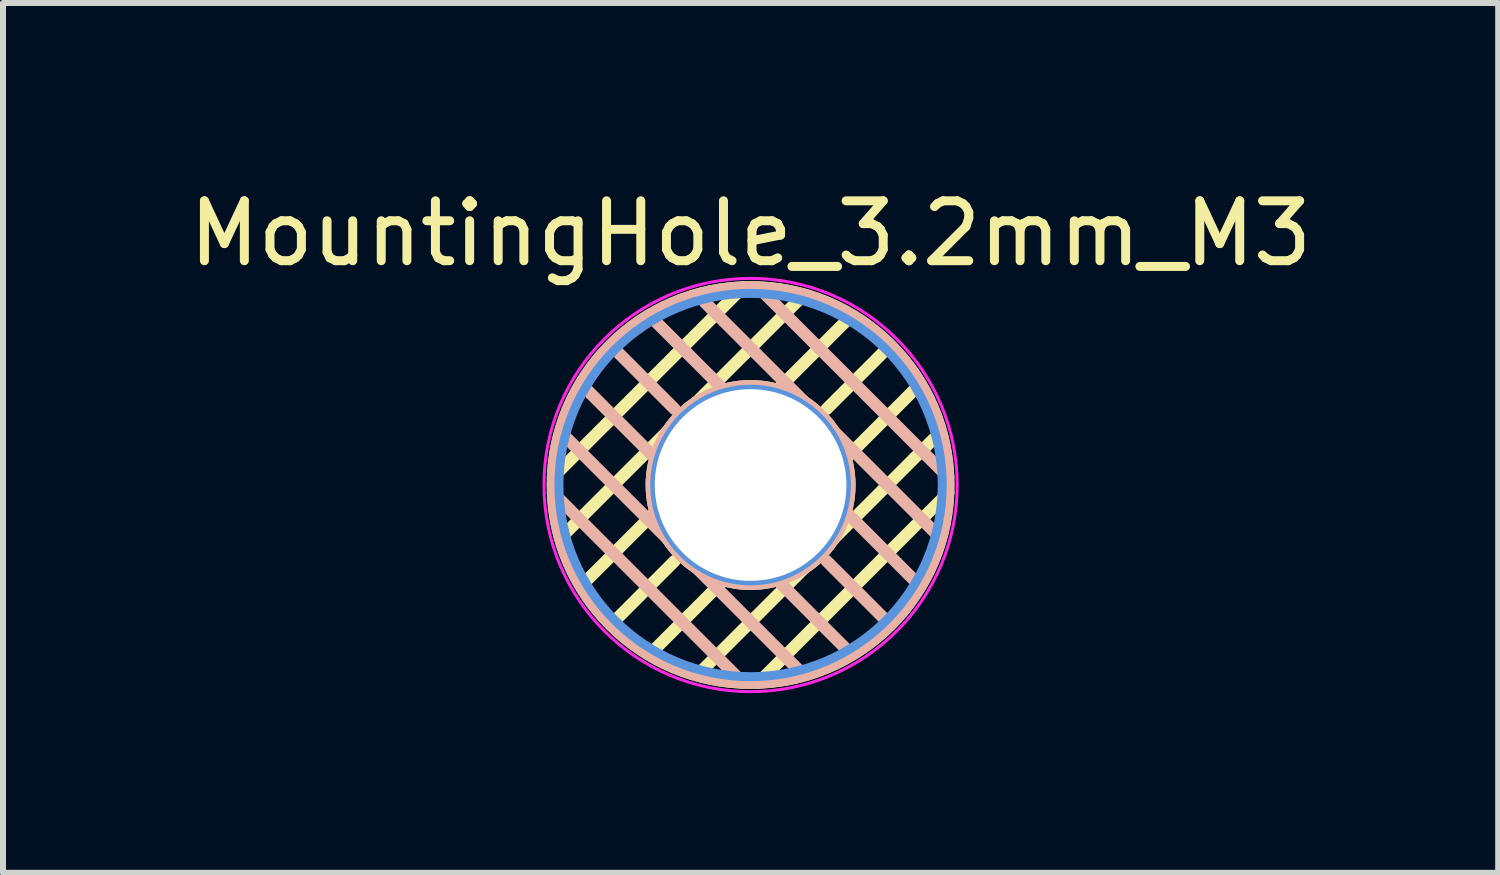
<source format=kicad_pcb>
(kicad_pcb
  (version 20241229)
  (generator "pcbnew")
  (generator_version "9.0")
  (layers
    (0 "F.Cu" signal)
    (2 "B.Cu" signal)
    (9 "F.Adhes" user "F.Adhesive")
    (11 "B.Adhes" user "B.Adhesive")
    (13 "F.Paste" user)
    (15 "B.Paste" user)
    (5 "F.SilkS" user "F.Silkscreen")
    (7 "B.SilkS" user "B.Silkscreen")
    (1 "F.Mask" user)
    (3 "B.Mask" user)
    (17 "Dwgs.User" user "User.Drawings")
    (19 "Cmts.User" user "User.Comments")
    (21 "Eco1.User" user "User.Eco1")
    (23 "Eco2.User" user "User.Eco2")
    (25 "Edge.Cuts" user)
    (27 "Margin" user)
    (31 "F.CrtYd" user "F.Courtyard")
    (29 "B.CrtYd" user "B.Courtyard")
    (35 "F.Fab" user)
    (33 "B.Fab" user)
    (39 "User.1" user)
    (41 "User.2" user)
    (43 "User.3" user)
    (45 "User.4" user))
  (footprint "MountingHole_3.2mm_M3"
    (layer "F.Cu")
    (at 9.482 5.048)
    (property "Reference" "MountingHole_3.2mm_M3" (at 0 -4.2 0) (layer "F.SilkS") (effects (font (size 1 1) (thickness 0.15))))
    (attr board_only exclude_from_pos_files exclude_from_bom)
    (fp_line (start -3.302 -0.127) (end -0.127 -3.302) (stroke (width 0.203) (type default)) (layer "F.SilkS"))
    (fp_line (start -3.175 0.889) (end 0.889 -3.175) (stroke (width 0.203) (type default)) (layer "F.SilkS"))
    (fp_line (start -2.794 1.651) (end -1.651 0.508) (stroke (width 0.203) (type default)) (layer "F.SilkS"))
    (fp_line (start -2.286 2.286) (end -1.27 1.27) (stroke (width 0.203) (type default)) (layer "F.SilkS"))
    (fp_line (start -1.651 2.794) (end -0.508 1.651) (stroke (width 0.203) (type default)) (layer "F.SilkS"))
    (fp_line (start -0.889 3.175) (end 3.048 -0.762) (stroke (width 0.203) (type default)) (layer "F.SilkS"))
    (fp_line (start 0.127 3.302) (end 3.302 0.127) (stroke (width 0.203) (type default)) (layer "F.SilkS"))
    (fp_line (start 1.651 -2.794) (end 0.508 -1.651) (stroke (width 0.203) (type default)) (layer "F.SilkS"))
    (fp_line (start 2.286 -2.286) (end 1.27 -1.27) (stroke (width 0.203) (type default)) (layer "F.SilkS"))
    (fp_line (start 2.794 -1.651) (end 1.651 -0.508) (stroke (width 0.203) (type default)) (layer "F.SilkS"))
    (fp_circle (center 0 0) (end 1.651 0) (stroke (width 0.203) (type default)) (fill no) (layer "F.SilkS"))
    (fp_circle (center 0 0) (end 3.302 0) (stroke (width 0.203) (type default)) (fill no) (layer "F.SilkS"))
    (fp_line (start -2.794 -1.651) (end -1.651 -0.508) (stroke (width 0.203) (type default)) (layer "B.SilkS"))
    (fp_line (start -2.286 -2.286) (end -1.27 -1.27) (stroke (width 0.203) (type default)) (layer "B.SilkS"))
    (fp_line (start -1.651 -2.794) (end -0.508 -1.651) (stroke (width 0.203) (type default)) (layer "B.SilkS"))
    (fp_line (start -0.127 3.302) (end -3.302 0.127) (stroke (width 0.203) (type default)) (layer "B.SilkS"))
    (fp_line (start 0.889 3.175) (end -3.175 -0.889) (stroke (width 0.203) (type default)) (layer "B.SilkS"))
    (fp_line (start 1.651 2.794) (end 0.508 1.651) (stroke (width 0.203) (type default)) (layer "B.SilkS"))
    (fp_line (start 2.286 2.286) (end 1.27 1.27) (stroke (width 0.203) (type default)) (layer "B.SilkS"))
    (fp_line (start 2.794 1.651) (end 1.651 0.508) (stroke (width 0.203) (type default)) (layer "B.SilkS"))
    (fp_line (start 3.175 0.889) (end -0.762 -3.048) (stroke (width 0.203) (type default)) (layer "B.SilkS"))
    (fp_line (start 3.302 -0.127) (end 0.127 -3.302) (stroke (width 0.203) (type default)) (layer "B.SilkS"))
    (fp_circle (center 0 0) (end 0 -3.302) (stroke (width 0.203) (type default)) (fill no) (layer "B.SilkS"))
    (fp_circle (center 0 0) (end 0 -1.651) (stroke (width 0.203) (type default)) (fill no) (layer "B.SilkS"))
    (fp_circle (center 0 0) (end 1.6 0) (stroke (width 0.15) (type solid)) (fill no) (layer "Cmts.User"))
    (fp_circle (center 0 0) (end 3.2 0) (stroke (width 0.15) (type solid)) (fill no) (layer "Cmts.User"))
    (fp_circle (center 0 0) (end 3.45 0) (stroke (width 0.05) (type solid)) (fill no) (layer "F.CrtYd"))
    (pad "" np_thru_hole circle (at 0 0 90) (size 3.2 3.2) (drill 3.2) (layers "*.Cu" "*.SilkS" "*.Mask")))
  (gr_rect
    (start -3 -3)
    (end 21.964 11.523)
    (stroke (width 0.1) (type default))
    (fill no)
    (layer "Edge.Cuts")))
</source>
